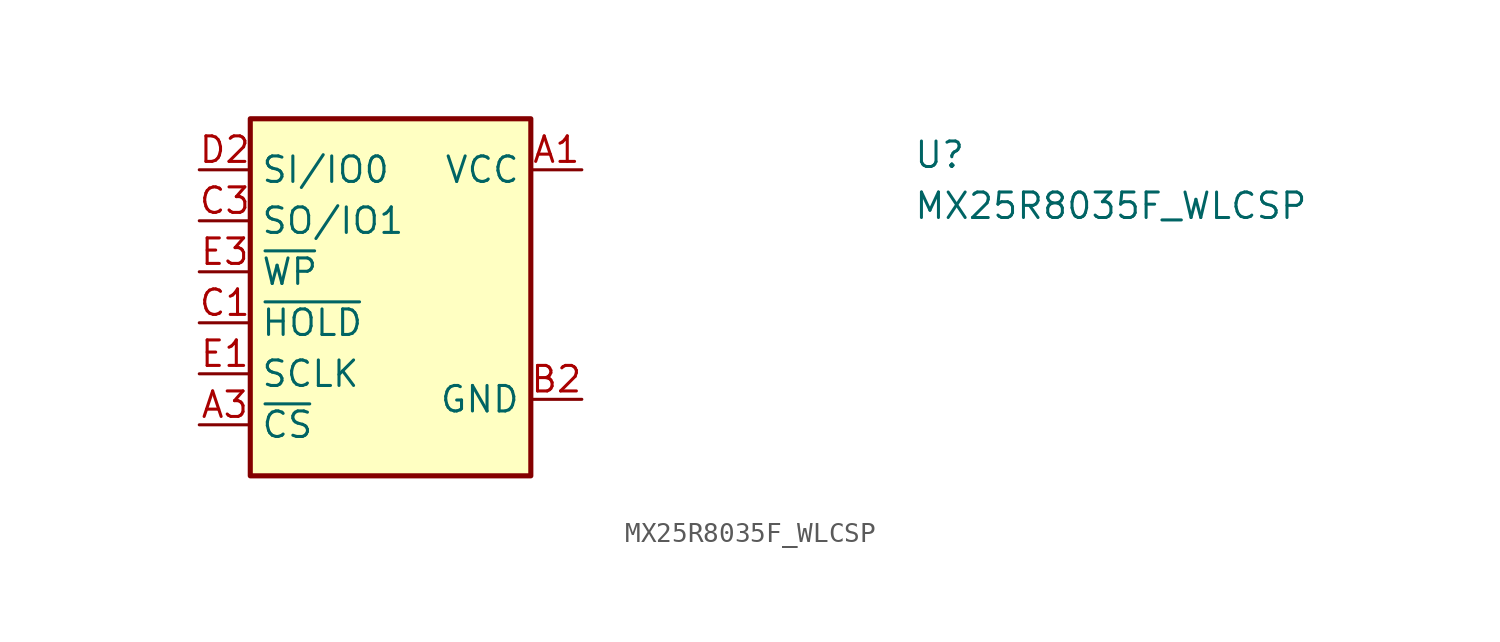
<source format=kicad_sym>
(kicad_symbol_lib
  (version 20211014)
  (generator kicad_symbol_editor)
  (symbol "MX25R8035F_WLCSP"
    (property "Reference" "U"
      (at 35.56 0 0)
      (effects (font (size 1.27 1.27) (thickness 0.15)) (justify left bottom)))
    (property "Value" "MX25R8035F_WLCSP"
      (at 35.56 -2.54 0)
      (effects (font (size 1.27 1.27) (thickness 0.15)) (justify left bottom)))
    (symbol "MX25R8035F_WLCSP_0_1"
      (rectangle (start 2.54 2.54) (end 16.51 -15.24) (stroke (width 0.254) (type default) (color 0 0 0 0)) (fill (type background))))
    (symbol "MX25R8035F_WLCSP_1_1"
      (pin power_in line (at 19.05 0 180) (length 2.54) (name "VCC" (effects (font (size 1.27 1.27)))) (number "A1" (effects (font (size 1.27 1.27)))))
      (pin input line (at 0 -12.7 0) (length 2.54) (name "~{CS}" (effects (font (size 1.27 1.27)))) (number "A3" (effects (font (size 1.27 1.27)))))
      (pin power_in line (at 19.05 -11.43 180) (length 2.54) (name "GND" (effects (font (size 1.27 1.27)))) (number "B2" (effects (font (size 1.27 1.27)))))
      (pin input line (at 0 -7.62 0) (length 2.54) (name "~{HOLD}" (effects (font (size 1.27 1.27)))) (number "C1" (effects (font (size 1.27 1.27)))))
      (pin input line (at 0 -2.54 0) (length 2.54) (name "SO/IO1" (effects (font (size 1.27 1.27)))) (number "C3" (effects (font (size 1.27 1.27)))))
      (pin input line (at 0 0 0) (length 2.54) (name "SI/IO0" (effects (font (size 1.27 1.27)))) (number "D2" (effects (font (size 1.27 1.27)))))
      (pin input line (at 0 -10.16 0) (length 2.54) (name "SCLK" (effects (font (size 1.27 1.27)))) (number "E1" (effects (font (size 1.27 1.27)))))
      (pin input line (at 0 -5.08 0) (length 2.54) (name "~{WP}" (effects (font (size 1.27 1.27)))) (number "E3" (effects (font (size 1.27 1.27))))))))
</source>
